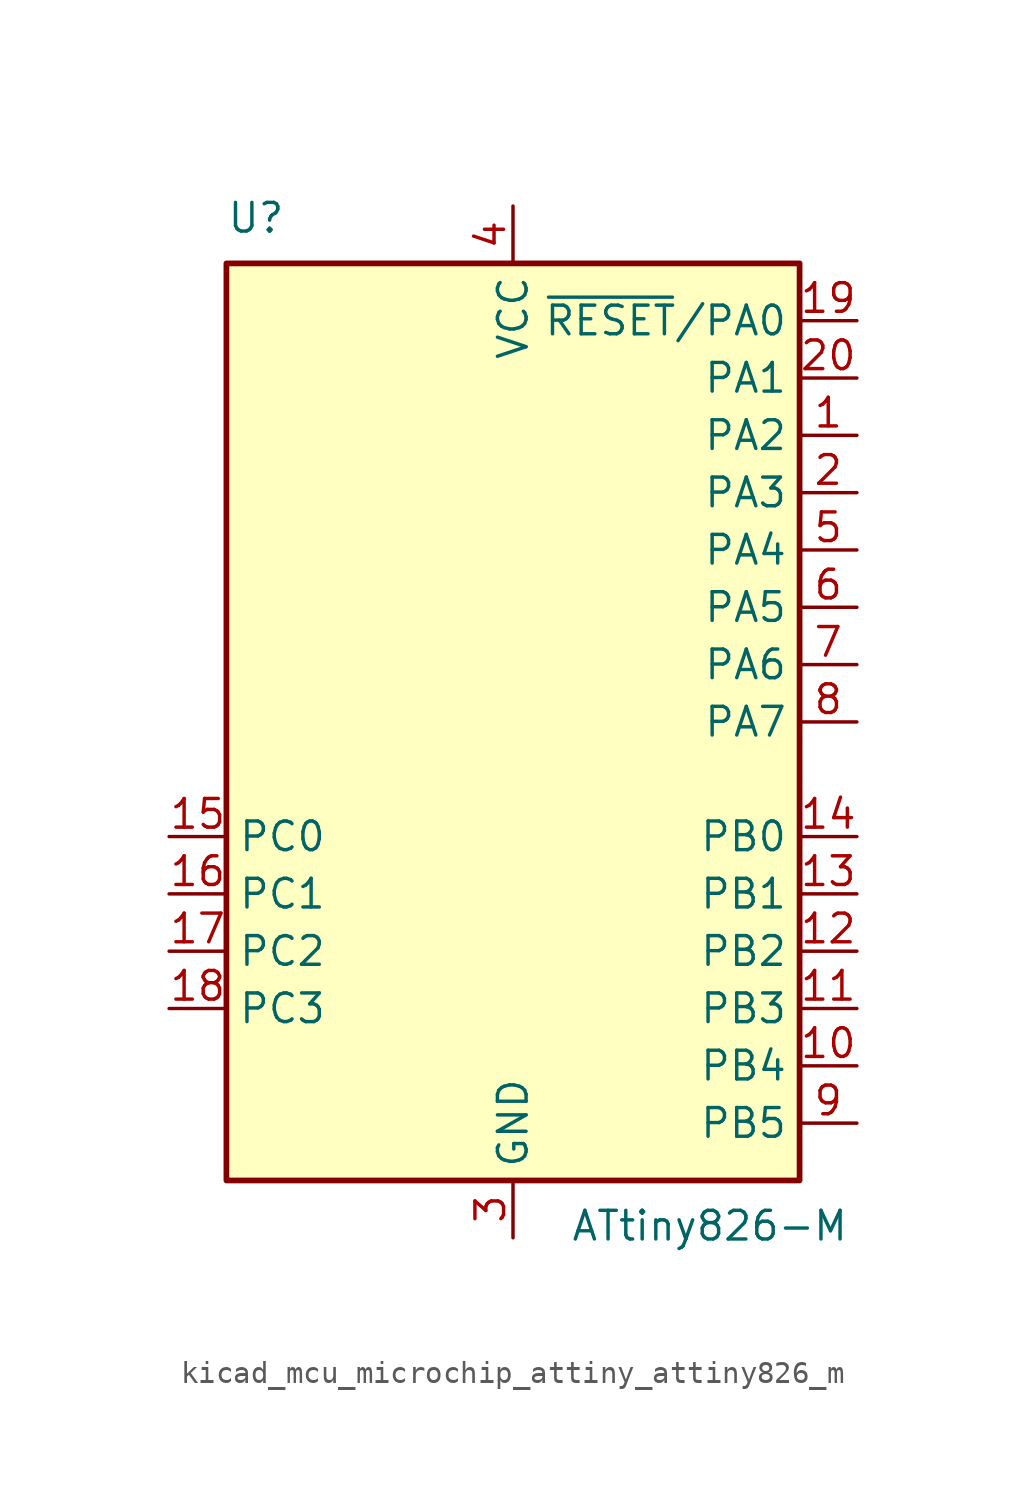
<source format=kicad_sym>
(kicad_symbol_lib
  (version 20220914)
  (generator kicad_symbol_editor)
  (symbol "kicad_mcu_microchip_attiny_attiny826_m"
    (property "Reference" "U"
      (at -12.7 21.59 0)
      (effects (font (size 1.27 1.27)) (justify left bottom)))
    (property "Value" "ATtiny826-M"
      (at 2.54 -21.59 0)
      (effects (font (size 1.27 1.27)) (justify left top)))
    (symbol "kicad_mcu_microchip_attiny_attiny826_m_0_1"
      (rectangle (start -12.7 -20.32) (end 12.7 20.32) (stroke (width 0.254) (type default)) (fill (type background))))
    (symbol "kicad_mcu_microchip_attiny_attiny826_m_1_1"
      (pin bidirectional line (at 15.24 12.7 180) (length 2.54) (name "PA2" (effects (font (size 1.27 1.27)))) (number "1" (effects (font (size 1.27 1.27)))))
      (pin bidirectional line (at 15.24 -15.24 180) (length 2.54) (name "PB4" (effects (font (size 1.27 1.27)))) (number "10" (effects (font (size 1.27 1.27)))))
      (pin bidirectional line (at 15.24 -12.7 180) (length 2.54) (name "PB3" (effects (font (size 1.27 1.27)))) (number "11" (effects (font (size 1.27 1.27)))))
      (pin bidirectional line (at 15.24 -10.16 180) (length 2.54) (name "PB2" (effects (font (size 1.27 1.27)))) (number "12" (effects (font (size 1.27 1.27)))))
      (pin bidirectional line (at 15.24 -7.62 180) (length 2.54) (name "PB1" (effects (font (size 1.27 1.27)))) (number "13" (effects (font (size 1.27 1.27)))))
      (pin bidirectional line (at 15.24 -5.08 180) (length 2.54) (name "PB0" (effects (font (size 1.27 1.27)))) (number "14" (effects (font (size 1.27 1.27)))))
      (pin bidirectional line (at -15.24 -5.08 0) (length 2.54) (name "PC0" (effects (font (size 1.27 1.27)))) (number "15" (effects (font (size 1.27 1.27)))))
      (pin bidirectional line (at -15.24 -7.62 0) (length 2.54) (name "PC1" (effects (font (size 1.27 1.27)))) (number "16" (effects (font (size 1.27 1.27)))))
      (pin bidirectional line (at -15.24 -10.16 0) (length 2.54) (name "PC2" (effects (font (size 1.27 1.27)))) (number "17" (effects (font (size 1.27 1.27)))))
      (pin bidirectional line (at -15.24 -12.7 0) (length 2.54) (name "PC3" (effects (font (size 1.27 1.27)))) (number "18" (effects (font (size 1.27 1.27)))))
      (pin bidirectional line (at 15.24 17.78 180) (length 2.54) (name "~{RESET}/PA0" (effects (font (size 1.27 1.27)))) (number "19" (effects (font (size 1.27 1.27)))))
      (pin bidirectional line (at 15.24 10.16 180) (length 2.54) (name "PA3" (effects (font (size 1.27 1.27)))) (number "2" (effects (font (size 1.27 1.27)))))
      (pin bidirectional line (at 15.24 15.24 180) (length 2.54) (name "PA1" (effects (font (size 1.27 1.27)))) (number "20" (effects (font (size 1.27 1.27)))))
      (pin passive line (at 0 -22.86 90) (length 2.54) hide (name "GND" (effects (font (size 1.27 1.27)))) (number "21" (effects (font (size 1.27 1.27)))))
      (pin power_in line (at 0 -22.86 90) (length 2.54) (name "GND" (effects (font (size 1.27 1.27)))) (number "3" (effects (font (size 1.27 1.27)))))
      (pin power_in line (at 0 22.86 270) (length 2.54) (name "VCC" (effects (font (size 1.27 1.27)))) (number "4" (effects (font (size 1.27 1.27)))))
      (pin bidirectional line (at 15.24 7.62 180) (length 2.54) (name "PA4" (effects (font (size 1.27 1.27)))) (number "5" (effects (font (size 1.27 1.27)))))
      (pin bidirectional line (at 15.24 5.08 180) (length 2.54) (name "PA5" (effects (font (size 1.27 1.27)))) (number "6" (effects (font (size 1.27 1.27)))))
      (pin bidirectional line (at 15.24 2.54 180) (length 2.54) (name "PA6" (effects (font (size 1.27 1.27)))) (number "7" (effects (font (size 1.27 1.27)))))
      (pin bidirectional line (at 15.24 0 180) (length 2.54) (name "PA7" (effects (font (size 1.27 1.27)))) (number "8" (effects (font (size 1.27 1.27)))))
      (pin bidirectional line (at 15.24 -17.78 180) (length 2.54) (name "PB5" (effects (font (size 1.27 1.27)))) (number "9" (effects (font (size 1.27 1.27))))))))
</source>
